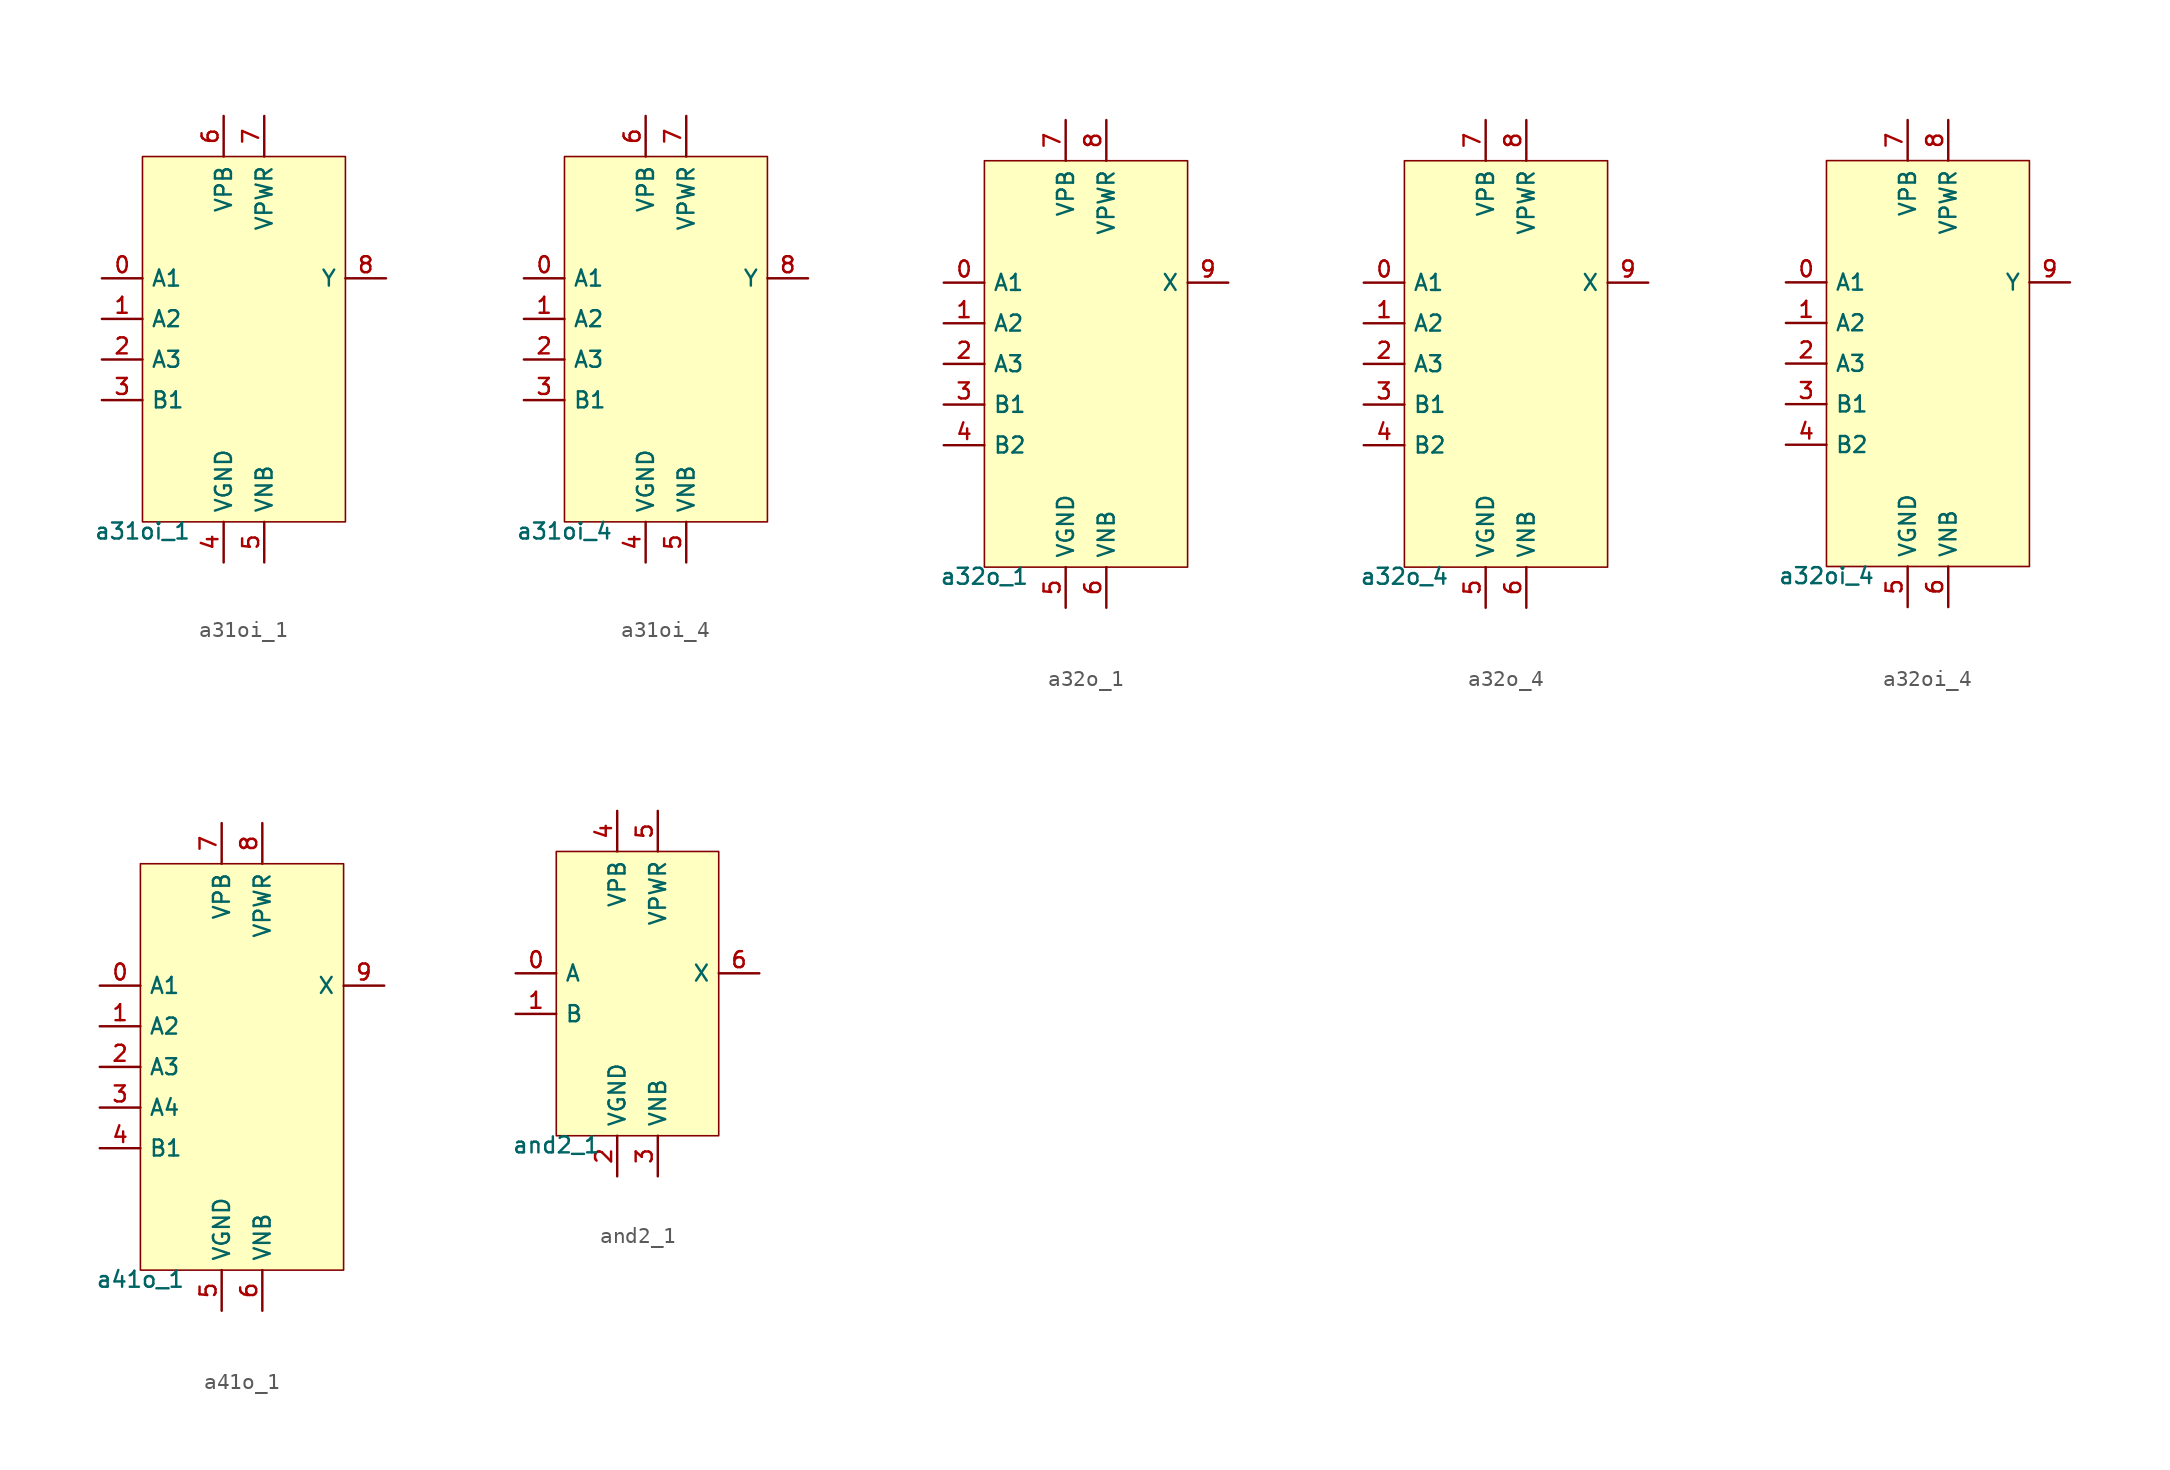
<source format=kicad_sym>
(kicad_symbol_lib
  (version 20211014)
  (generator pdk2kicad)
  (symbol "a31oi_1"
    (property "Reference" "X"
      (at 0 0 0)
      (effects (font (size 1 1)) hide))
    (property "Value" "a31oi_1"
      (at -6.35 -11.43 0)
      (effects (font (size 1 1)) (justify top)))
    (rectangle
      (start -6.35 -11.43)
      (end 6.35 11.43)
      (stroke (width 0.1) (type solid) (color 0 0 0 0))
      (fill (type background)))
    (pin input line
      (at -8.89 3.81 0)
      (length 2.54)
      (name "A1" (effects (font (size 1 1)) hide))
      (number "0" (effects (font (size 1 1)) hide)))
    (pin input line
      (at -8.89 1.27 0)
      (length 2.54)
      (name "A2" (effects (font (size 1 1)) hide))
      (number "1" (effects (font (size 1 1)) hide)))
    (pin input line
      (at -8.89 -1.27 0)
      (length 2.54)
      (name "A3" (effects (font (size 1 1)) hide))
      (number "2" (effects (font (size 1 1)) hide)))
    (pin input line
      (at -8.89 -3.81 0)
      (length 2.54)
      (name "B1" (effects (font (size 1 1)) hide))
      (number "3" (effects (font (size 1 1)) hide)))
    (pin power_in line
      (at -1.27 -13.97 90)
      (length 2.54)
      (name "VGND" (effects (font (size 1 1)) hide))
      (number "4" (effects (font (size 1 1)) hide)))
    (pin power_in line
      (at 1.27 -13.97 90)
      (length 2.54)
      (name "VNB" (effects (font (size 1 1)) hide))
      (number "5" (effects (font (size 1 1)) hide)))
    (pin power_in line
      (at -1.27 13.97 270)
      (length 2.54)
      (name "VPB" (effects (font (size 1 1)) hide))
      (number "6" (effects (font (size 1 1)) hide)))
    (pin power_in line
      (at 1.27 13.97 270)
      (length 2.54)
      (name "VPWR" (effects (font (size 1 1)) hide))
      (number "7" (effects (font (size 1 1)) hide)))
    (pin output line
      (at 8.89 3.81 180)
      (length 2.54)
      (name "Y" (effects (font (size 1 1)) hide))
      (number "8" (effects (font (size 1 1)) hide))))
  (symbol "a31oi_4"
    (property "Reference" "X"
      (at 0 0 0)
      (effects (font (size 1 1)) hide))
    (property "Value" "a31oi_4"
      (at -6.35 -11.43 0)
      (effects (font (size 1 1)) (justify top)))
    (rectangle
      (start -6.35 -11.43)
      (end 6.35 11.43)
      (stroke (width 0.1) (type solid) (color 0 0 0 0))
      (fill (type background)))
    (pin input line
      (at -8.89 3.81 0)
      (length 2.54)
      (name "A1" (effects (font (size 1 1)) hide))
      (number "0" (effects (font (size 1 1)) hide)))
    (pin input line
      (at -8.89 1.27 0)
      (length 2.54)
      (name "A2" (effects (font (size 1 1)) hide))
      (number "1" (effects (font (size 1 1)) hide)))
    (pin input line
      (at -8.89 -1.27 0)
      (length 2.54)
      (name "A3" (effects (font (size 1 1)) hide))
      (number "2" (effects (font (size 1 1)) hide)))
    (pin input line
      (at -8.89 -3.81 0)
      (length 2.54)
      (name "B1" (effects (font (size 1 1)) hide))
      (number "3" (effects (font (size 1 1)) hide)))
    (pin power_in line
      (at -1.27 -13.97 90)
      (length 2.54)
      (name "VGND" (effects (font (size 1 1)) hide))
      (number "4" (effects (font (size 1 1)) hide)))
    (pin power_in line
      (at 1.27 -13.97 90)
      (length 2.54)
      (name "VNB" (effects (font (size 1 1)) hide))
      (number "5" (effects (font (size 1 1)) hide)))
    (pin power_in line
      (at -1.27 13.97 270)
      (length 2.54)
      (name "VPB" (effects (font (size 1 1)) hide))
      (number "6" (effects (font (size 1 1)) hide)))
    (pin power_in line
      (at 1.27 13.97 270)
      (length 2.54)
      (name "VPWR" (effects (font (size 1 1)) hide))
      (number "7" (effects (font (size 1 1)) hide)))
    (pin output line
      (at 8.89 3.81 180)
      (length 2.54)
      (name "Y" (effects (font (size 1 1)) hide))
      (number "8" (effects (font (size 1 1)) hide))))
  (symbol "a32o_1"
    (property "Reference" "X"
      (at 0 0 0)
      (effects (font (size 1 1)) hide))
    (property "Value" "a32o_1"
      (at -6.35 -12.7 0)
      (effects (font (size 1 1)) (justify top)))
    (rectangle
      (start -6.35 -12.7)
      (end 6.35 12.7)
      (stroke (width 0.1) (type solid) (color 0 0 0 0))
      (fill (type background)))
    (pin input line
      (at -8.89 5.08 0)
      (length 2.54)
      (name "A1" (effects (font (size 1 1)) hide))
      (number "0" (effects (font (size 1 1)) hide)))
    (pin input line
      (at -8.89 2.54 0)
      (length 2.54)
      (name "A2" (effects (font (size 1 1)) hide))
      (number "1" (effects (font (size 1 1)) hide)))
    (pin input line
      (at -8.89 -8.881784197001252e-16 0)
      (length 2.54)
      (name "A3" (effects (font (size 1 1)) hide))
      (number "2" (effects (font (size 1 1)) hide)))
    (pin input line
      (at -8.89 -2.54 0)
      (length 2.54)
      (name "B1" (effects (font (size 1 1)) hide))
      (number "3" (effects (font (size 1 1)) hide)))
    (pin input line
      (at -8.89 -5.08 0)
      (length 2.54)
      (name "B2" (effects (font (size 1 1)) hide))
      (number "4" (effects (font (size 1 1)) hide)))
    (pin power_in line
      (at -1.27 -15.24 90)
      (length 2.54)
      (name "VGND" (effects (font (size 1 1)) hide))
      (number "5" (effects (font (size 1 1)) hide)))
    (pin power_in line
      (at 1.27 -15.24 90)
      (length 2.54)
      (name "VNB" (effects (font (size 1 1)) hide))
      (number "6" (effects (font (size 1 1)) hide)))
    (pin power_in line
      (at -1.27 15.24 270)
      (length 2.54)
      (name "VPB" (effects (font (size 1 1)) hide))
      (number "7" (effects (font (size 1 1)) hide)))
    (pin power_in line
      (at 1.27 15.24 270)
      (length 2.54)
      (name "VPWR" (effects (font (size 1 1)) hide))
      (number "8" (effects (font (size 1 1)) hide)))
    (pin output line
      (at 8.89 5.08 180)
      (length 2.54)
      (name "X" (effects (font (size 1 1)) hide))
      (number "9" (effects (font (size 1 1)) hide))))
  (symbol "a32o_4"
    (property "Reference" "X"
      (at 0 0 0)
      (effects (font (size 1 1)) hide))
    (property "Value" "a32o_4"
      (at -6.35 -12.7 0)
      (effects (font (size 1 1)) (justify top)))
    (rectangle
      (start -6.35 -12.7)
      (end 6.35 12.7)
      (stroke (width 0.1) (type solid) (color 0 0 0 0))
      (fill (type background)))
    (pin input line
      (at -8.89 5.08 0)
      (length 2.54)
      (name "A1" (effects (font (size 1 1)) hide))
      (number "0" (effects (font (size 1 1)) hide)))
    (pin input line
      (at -8.89 2.54 0)
      (length 2.54)
      (name "A2" (effects (font (size 1 1)) hide))
      (number "1" (effects (font (size 1 1)) hide)))
    (pin input line
      (at -8.89 -8.881784197001252e-16 0)
      (length 2.54)
      (name "A3" (effects (font (size 1 1)) hide))
      (number "2" (effects (font (size 1 1)) hide)))
    (pin input line
      (at -8.89 -2.54 0)
      (length 2.54)
      (name "B1" (effects (font (size 1 1)) hide))
      (number "3" (effects (font (size 1 1)) hide)))
    (pin input line
      (at -8.89 -5.08 0)
      (length 2.54)
      (name "B2" (effects (font (size 1 1)) hide))
      (number "4" (effects (font (size 1 1)) hide)))
    (pin power_in line
      (at -1.27 -15.24 90)
      (length 2.54)
      (name "VGND" (effects (font (size 1 1)) hide))
      (number "5" (effects (font (size 1 1)) hide)))
    (pin power_in line
      (at 1.27 -15.24 90)
      (length 2.54)
      (name "VNB" (effects (font (size 1 1)) hide))
      (number "6" (effects (font (size 1 1)) hide)))
    (pin power_in line
      (at -1.27 15.24 270)
      (length 2.54)
      (name "VPB" (effects (font (size 1 1)) hide))
      (number "7" (effects (font (size 1 1)) hide)))
    (pin power_in line
      (at 1.27 15.24 270)
      (length 2.54)
      (name "VPWR" (effects (font (size 1 1)) hide))
      (number "8" (effects (font (size 1 1)) hide)))
    (pin output line
      (at 8.89 5.08 180)
      (length 2.54)
      (name "X" (effects (font (size 1 1)) hide))
      (number "9" (effects (font (size 1 1)) hide))))
  (symbol "a32oi_4"
    (property "Reference" "X"
      (at 0 0 0)
      (effects (font (size 1 1)) hide))
    (property "Value" "a32oi_4"
      (at -6.35 -12.7 0)
      (effects (font (size 1 1)) (justify top)))
    (rectangle
      (start -6.35 -12.7)
      (end 6.35 12.7)
      (stroke (width 0.1) (type solid) (color 0 0 0 0))
      (fill (type background)))
    (pin input line
      (at -8.89 5.08 0)
      (length 2.54)
      (name "A1" (effects (font (size 1 1)) hide))
      (number "0" (effects (font (size 1 1)) hide)))
    (pin input line
      (at -8.89 2.54 0)
      (length 2.54)
      (name "A2" (effects (font (size 1 1)) hide))
      (number "1" (effects (font (size 1 1)) hide)))
    (pin input line
      (at -8.89 -8.881784197001252e-16 0)
      (length 2.54)
      (name "A3" (effects (font (size 1 1)) hide))
      (number "2" (effects (font (size 1 1)) hide)))
    (pin input line
      (at -8.89 -2.54 0)
      (length 2.54)
      (name "B1" (effects (font (size 1 1)) hide))
      (number "3" (effects (font (size 1 1)) hide)))
    (pin input line
      (at -8.89 -5.08 0)
      (length 2.54)
      (name "B2" (effects (font (size 1 1)) hide))
      (number "4" (effects (font (size 1 1)) hide)))
    (pin power_in line
      (at -1.27 -15.24 90)
      (length 2.54)
      (name "VGND" (effects (font (size 1 1)) hide))
      (number "5" (effects (font (size 1 1)) hide)))
    (pin power_in line
      (at 1.27 -15.24 90)
      (length 2.54)
      (name "VNB" (effects (font (size 1 1)) hide))
      (number "6" (effects (font (size 1 1)) hide)))
    (pin power_in line
      (at -1.27 15.24 270)
      (length 2.54)
      (name "VPB" (effects (font (size 1 1)) hide))
      (number "7" (effects (font (size 1 1)) hide)))
    (pin power_in line
      (at 1.27 15.24 270)
      (length 2.54)
      (name "VPWR" (effects (font (size 1 1)) hide))
      (number "8" (effects (font (size 1 1)) hide)))
    (pin output line
      (at 8.89 5.08 180)
      (length 2.54)
      (name "Y" (effects (font (size 1 1)) hide))
      (number "9" (effects (font (size 1 1)) hide))))
  (symbol "a41o_1"
    (property "Reference" "X"
      (at 0 0 0)
      (effects (font (size 1 1)) hide))
    (property "Value" "a41o_1"
      (at -6.35 -12.7 0)
      (effects (font (size 1 1)) (justify top)))
    (rectangle
      (start -6.35 -12.7)
      (end 6.35 12.7)
      (stroke (width 0.1) (type solid) (color 0 0 0 0))
      (fill (type background)))
    (pin input line
      (at -8.89 5.08 0)
      (length 2.54)
      (name "A1" (effects (font (size 1 1)) hide))
      (number "0" (effects (font (size 1 1)) hide)))
    (pin input line
      (at -8.89 2.54 0)
      (length 2.54)
      (name "A2" (effects (font (size 1 1)) hide))
      (number "1" (effects (font (size 1 1)) hide)))
    (pin input line
      (at -8.89 -8.881784197001252e-16 0)
      (length 2.54)
      (name "A3" (effects (font (size 1 1)) hide))
      (number "2" (effects (font (size 1 1)) hide)))
    (pin input line
      (at -8.89 -2.54 0)
      (length 2.54)
      (name "A4" (effects (font (size 1 1)) hide))
      (number "3" (effects (font (size 1 1)) hide)))
    (pin input line
      (at -8.89 -5.08 0)
      (length 2.54)
      (name "B1" (effects (font (size 1 1)) hide))
      (number "4" (effects (font (size 1 1)) hide)))
    (pin power_in line
      (at -1.27 -15.24 90)
      (length 2.54)
      (name "VGND" (effects (font (size 1 1)) hide))
      (number "5" (effects (font (size 1 1)) hide)))
    (pin power_in line
      (at 1.27 -15.24 90)
      (length 2.54)
      (name "VNB" (effects (font (size 1 1)) hide))
      (number "6" (effects (font (size 1 1)) hide)))
    (pin power_in line
      (at -1.27 15.24 270)
      (length 2.54)
      (name "VPB" (effects (font (size 1 1)) hide))
      (number "7" (effects (font (size 1 1)) hide)))
    (pin power_in line
      (at 1.27 15.24 270)
      (length 2.54)
      (name "VPWR" (effects (font (size 1 1)) hide))
      (number "8" (effects (font (size 1 1)) hide)))
    (pin output line
      (at 8.89 5.08 180)
      (length 2.54)
      (name "X" (effects (font (size 1 1)) hide))
      (number "9" (effects (font (size 1 1)) hide))))
  (symbol "and2_1"
    (property "Reference" "X"
      (at 0 0 0)
      (effects (font (size 1 1)) hide))
    (property "Value" "and2_1"
      (at -5.08 -8.89 0)
      (effects (font (size 1 1)) (justify top)))
    (rectangle
      (start -5.08 -8.89)
      (end 5.08 8.89)
      (stroke (width 0.1) (type solid) (color 0 0 0 0))
      (fill (type background)))
    (pin input line
      (at -7.62 1.27 0)
      (length 2.54)
      (name "A" (effects (font (size 1 1)) hide))
      (number "0" (effects (font (size 1 1)) hide)))
    (pin input line
      (at -7.62 -1.27 0)
      (length 2.54)
      (name "B" (effects (font (size 1 1)) hide))
      (number "1" (effects (font (size 1 1)) hide)))
    (pin power_in line
      (at -1.27 -11.43 90)
      (length 2.54)
      (name "VGND" (effects (font (size 1 1)) hide))
      (number "2" (effects (font (size 1 1)) hide)))
    (pin power_in line
      (at 1.27 -11.43 90)
      (length 2.54)
      (name "VNB" (effects (font (size 1 1)) hide))
      (number "3" (effects (font (size 1 1)) hide)))
    (pin power_in line
      (at -1.27 11.43 270)
      (length 2.54)
      (name "VPB" (effects (font (size 1 1)) hide))
      (number "4" (effects (font (size 1 1)) hide)))
    (pin power_in line
      (at 1.27 11.43 270)
      (length 2.54)
      (name "VPWR" (effects (font (size 1 1)) hide))
      (number "5" (effects (font (size 1 1)) hide)))
    (pin output line
      (at 7.62 1.27 180)
      (length 2.54)
      (name "X" (effects (font (size 1 1)) hide))
      (number "6" (effects (font (size 1 1)) hide)))))
</source>
